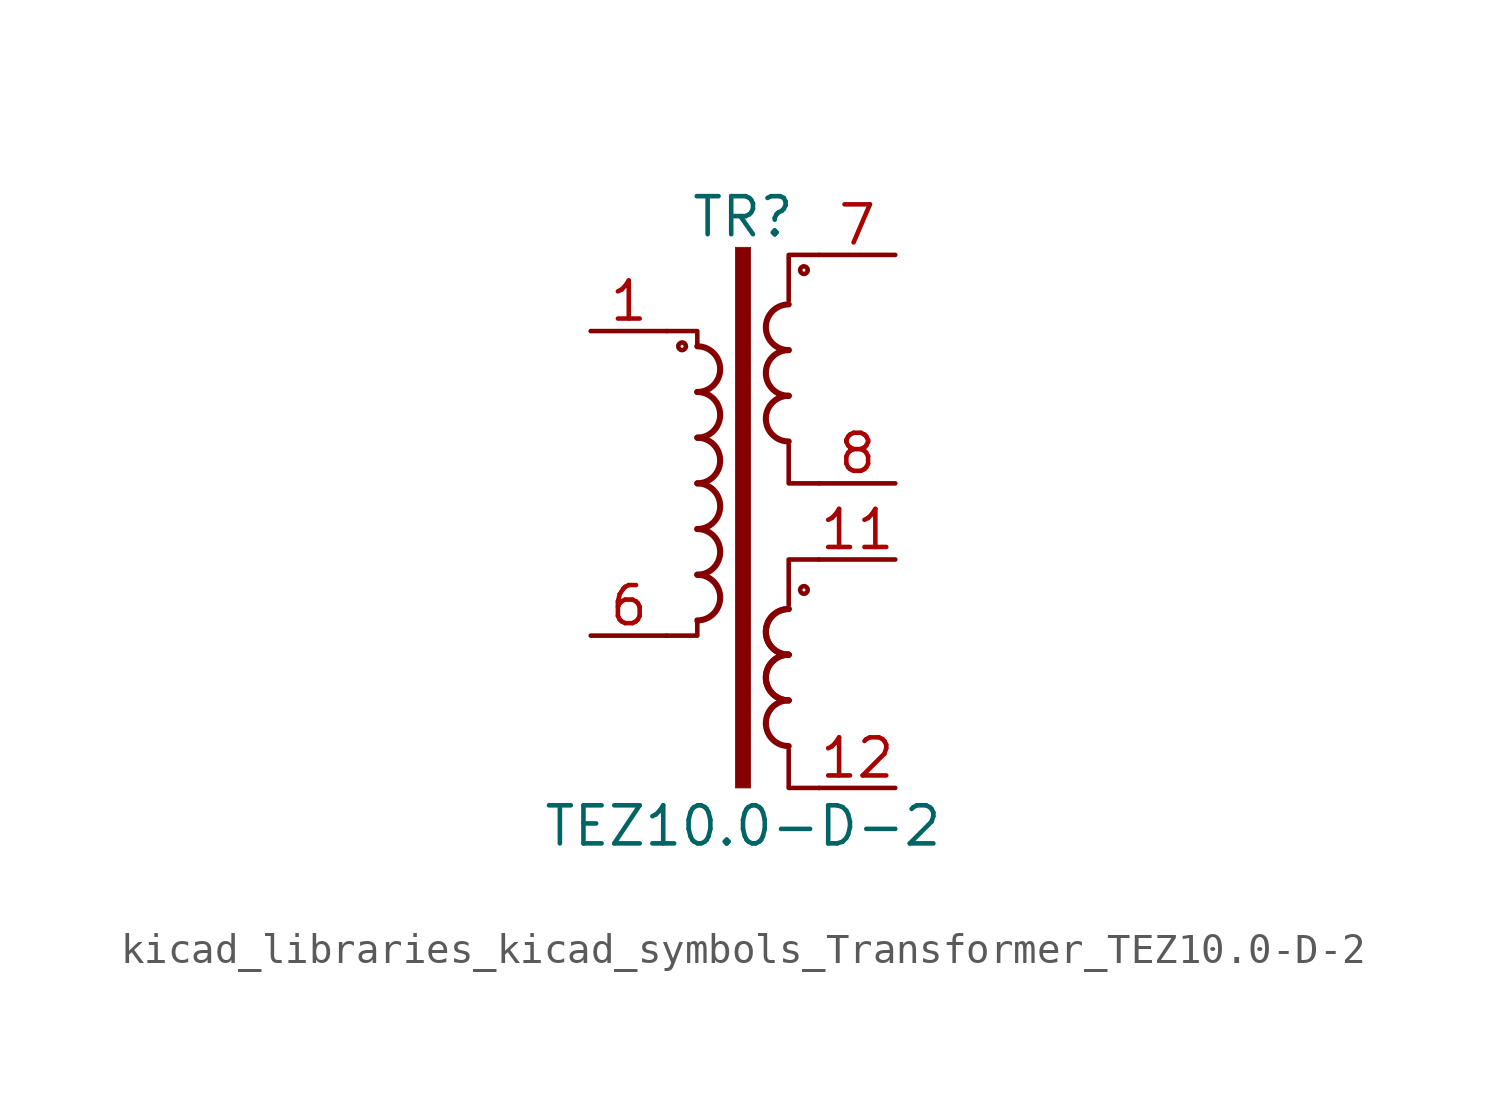
<source format=kicad_sym>
(kicad_symbol_lib
  (version 20220914)
  (generator kicad_symbol_editor)
  (symbol "kicad_libraries_kicad_symbols_Transformer_TEZ10.0-D-2"
    (pin_names
      (offset 0.025))
    (property "Reference" "TR"
      (at 0 8.89 0)
      (effects (font (size 1.27 1.27))))
    (property "Value" "TEZ10.0-D-2"
      (at 0 -11.43 0)
      (effects (font (size 1.27 1.27))))
    (symbol "kicad_libraries_kicad_symbols_Transformer_TEZ10.0-D-2_0_1"
      (circle (center -2.032 4.572) (radius 0.127) (stroke (width 0) (type default)) (fill (type none)))
      (arc (start -1.524 -4.572) (mid -0.7653 -3.81) (end -1.524 -3.048) (stroke (width 0.2032) (type default)) (fill (type none)))
      (arc (start -1.524 -3.048) (mid -0.7653 -2.286) (end -1.524 -1.524) (stroke (width 0.2032) (type default)) (fill (type none)))
      (arc (start -1.524 -1.524) (mid -0.7653 -0.762) (end -1.524 0) (stroke (width 0.2032) (type default)) (fill (type none)))
      (arc (start -1.524 0) (mid -0.7653 0.762) (end -1.524 1.524) (stroke (width 0.2032) (type default)) (fill (type none)))
      (arc (start -1.524 1.524) (mid -0.7653 2.286) (end -1.524 3.048) (stroke (width 0.2032) (type default)) (fill (type none)))
      (arc (start -1.524 3.048) (mid -0.7653 3.81) (end -1.524 4.572) (stroke (width 0.2032) (type default)) (fill (type none)))
      (rectangle (start -0.254 7.874) (end 0.254 -10.16) (stroke (width 0.025) (type default)) (fill (type outline)))
      (polyline (pts (xy -1.524 -4.572) (xy -1.524 -5.08) (xy -2.54 -5.08)) (stroke (width 0) (type default)) (fill (type none)))
      (polyline (pts (xy -1.524 4.572) (xy -1.524 5.08) (xy -2.54 5.08)) (stroke (width 0) (type default)) (fill (type none)))
      (polyline (pts (xy 1.524 -8.89) (xy 1.524 -10.16) (xy 2.54 -10.16)) (stroke (width 0) (type default)) (fill (type none)))
      (polyline (pts (xy 2.54 -2.54) (xy 1.524 -2.54) (xy 1.524 -4.064)) (stroke (width 0) (type default)) (fill (type none)))
      (polyline (pts (xy 2.54 0) (xy 1.524 0) (xy 1.524 1.27)) (stroke (width 0) (type default)) (fill (type none)))
      (polyline (pts (xy 2.54 7.62) (xy 1.524 7.62) (xy 1.524 6.096)) (stroke (width 0) (type default)) (fill (type none)))
      (arc (start 1.524 -7.239) (mid 0.7653 -8.001) (end 1.524 -8.763) (stroke (width 0.2032) (type default)) (fill (type none)))
      (arc (start 1.524 -5.715) (mid 0.7653 -6.477) (end 1.524 -7.239) (stroke (width 0.2032) (type default)) (fill (type none)))
      (arc (start 1.524 -5.715) (mid 0.7653 -6.477) (end 1.524 -7.239) (stroke (width 0.2032) (type default)) (fill (type none)))
      (arc (start 1.524 -4.191) (mid 0.7653 -4.953) (end 1.524 -5.715) (stroke (width 0.2032) (type default)) (fill (type none)))
      (arc (start 1.524 -4.191) (mid 0.7653 -4.953) (end 1.524 -5.715) (stroke (width 0.2032) (type default)) (fill (type none)))
      (arc (start 1.524 2.921) (mid 0.7653 2.159) (end 1.524 1.397) (stroke (width 0.2032) (type default)) (fill (type none)))
      (arc (start 1.524 4.445) (mid 0.7653 3.683) (end 1.524 2.921) (stroke (width 0.2032) (type default)) (fill (type none)))
      (arc (start 1.524 5.969) (mid 0.7653 5.207) (end 1.524 4.445) (stroke (width 0.2032) (type default)) (fill (type none)))
      (circle (center 2.032 -3.556) (radius 0.127) (stroke (width 0) (type default)) (fill (type none)))
      (circle (center 2.032 7.112) (radius 0.127) (stroke (width 0) (type default)) (fill (type none))))
    (symbol "kicad_libraries_kicad_symbols_Transformer_TEZ10.0-D-2_1_1"
      (pin passive line (at -5.08 5.08 0) (length 2.54) (name "~" (effects (font (size 1.27 1.27)))) (number "1" (effects (font (size 1.27 1.27)))))
      (pin passive line (at 5.08 -2.54 180) (length 2.54) (name "~" (effects (font (size 1.27 1.27)))) (number "11" (effects (font (size 1.27 1.27)))))
      (pin passive line (at 5.08 -10.16 180) (length 2.54) (name "~" (effects (font (size 1.27 1.27)))) (number "12" (effects (font (size 1.27 1.27)))))
      (pin passive line (at -5.08 -5.08 0) (length 2.54) (name "~" (effects (font (size 1.27 1.27)))) (number "6" (effects (font (size 1.27 1.27)))))
      (pin passive line (at 5.08 7.62 180) (length 2.54) (name "~" (effects (font (size 1.27 1.27)))) (number "7" (effects (font (size 1.27 1.27)))))
      (pin passive line (at 5.08 0 180) (length 2.54) (name "~" (effects (font (size 1.27 1.27)))) (number "8" (effects (font (size 1.27 1.27))))))))
</source>
